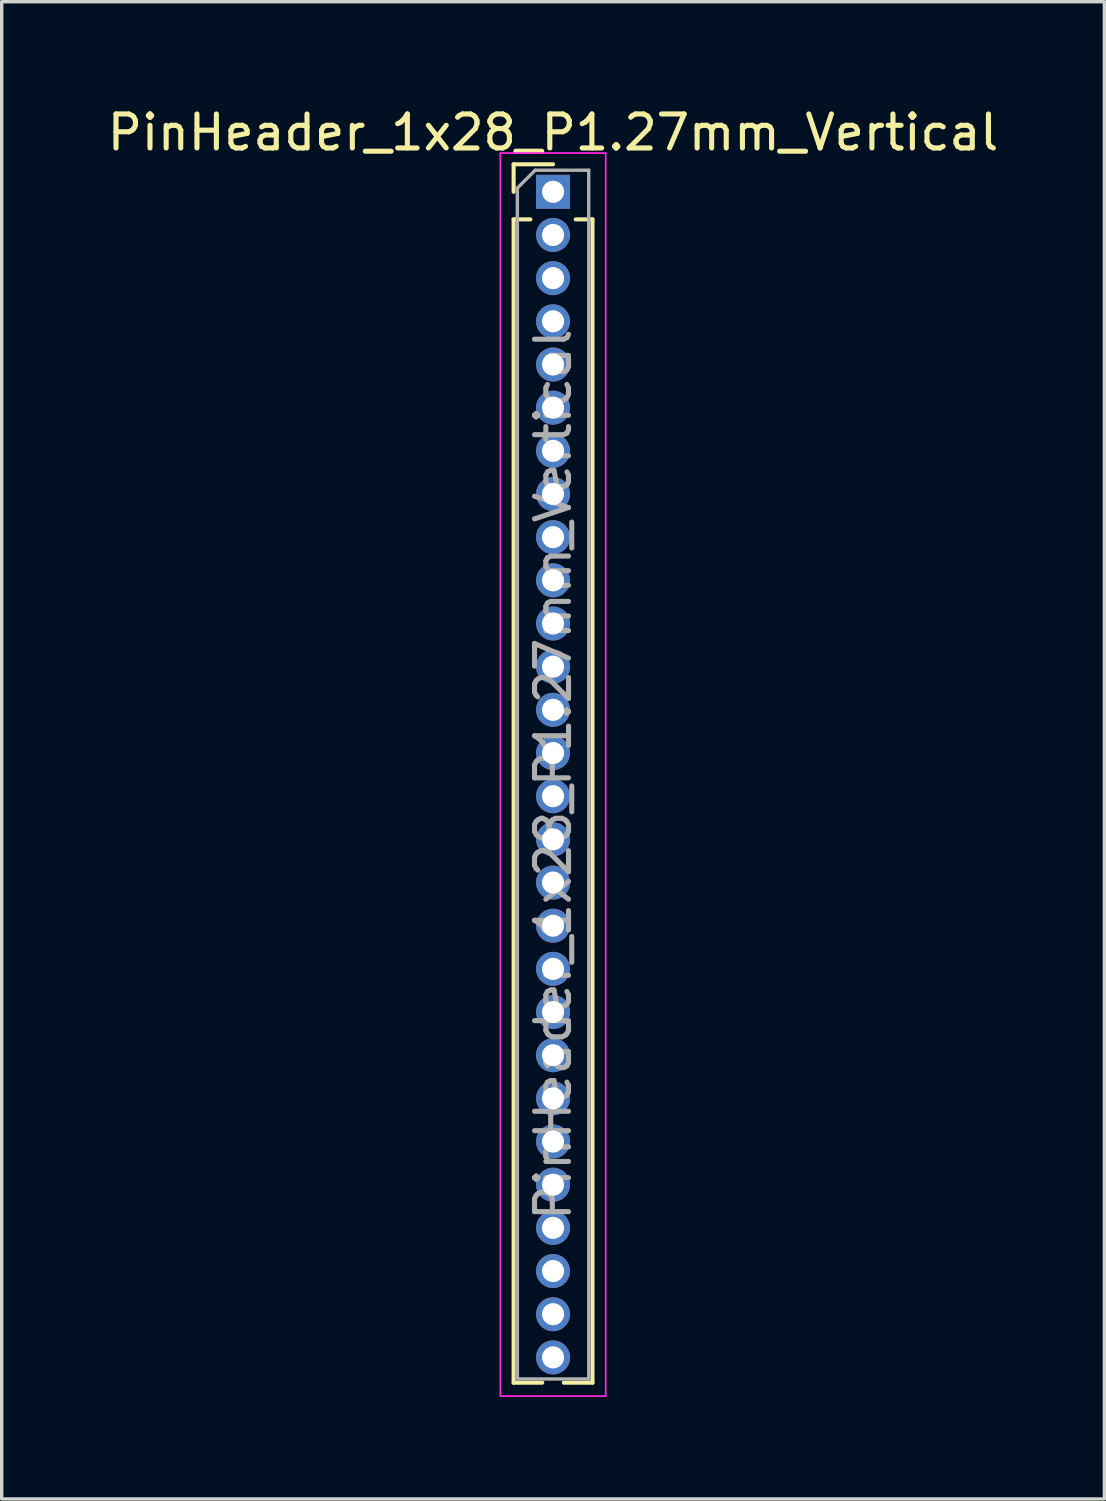
<source format=kicad_pcb>
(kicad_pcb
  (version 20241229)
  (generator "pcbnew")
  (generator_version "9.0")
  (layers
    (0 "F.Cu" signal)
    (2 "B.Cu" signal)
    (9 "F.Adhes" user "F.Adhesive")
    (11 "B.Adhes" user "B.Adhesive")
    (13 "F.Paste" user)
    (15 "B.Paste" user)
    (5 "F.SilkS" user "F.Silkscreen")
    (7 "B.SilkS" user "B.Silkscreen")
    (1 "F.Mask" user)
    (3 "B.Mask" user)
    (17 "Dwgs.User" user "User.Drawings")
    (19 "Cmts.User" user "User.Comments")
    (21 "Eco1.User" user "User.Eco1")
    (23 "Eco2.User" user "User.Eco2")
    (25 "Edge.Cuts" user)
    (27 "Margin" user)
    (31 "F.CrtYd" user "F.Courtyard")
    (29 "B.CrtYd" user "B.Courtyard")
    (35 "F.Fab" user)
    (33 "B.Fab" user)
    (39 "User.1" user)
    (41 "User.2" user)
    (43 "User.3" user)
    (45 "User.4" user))
  (footprint "PinHeader_1x28_P1.27mm_Vertical"
    (layer "F.Cu")
    (at 13.22 2.593)
    (property "Reference" "PinHeader_1x28_P1.27mm_Vertical" (at 0 -1.745 0) (layer "F.SilkS") (effects (font (size 1 1) (thickness 0.15))))
    (attr through_hole)
    (fp_line (start -1.16 -0.81) (end 0 -0.81) (stroke (width 0.12) (type solid)) (layer "F.SilkS"))
    (fp_line (start -1.16 0) (end -1.16 -0.81) (stroke (width 0.12) (type solid)) (layer "F.SilkS"))
    (fp_line (start -1.16 0.81) (end -1.16 35.035) (stroke (width 0.12) (type solid)) (layer "F.SilkS"))
    (fp_line (start -1.16 0.81) (end -0.667 0.81) (stroke (width 0.12) (type solid)) (layer "F.SilkS"))
    (fp_line (start -1.16 35.035) (end -0.318 35.035) (stroke (width 0.12) (type solid)) (layer "F.SilkS"))
    (fp_line (start 0.318 35.035) (end 1.16 35.035) (stroke (width 0.12) (type solid)) (layer "F.SilkS"))
    (fp_line (start 0.667 0.81) (end 1.16 0.81) (stroke (width 0.12) (type solid)) (layer "F.SilkS"))
    (fp_line (start 1.16 0.81) (end 1.16 35.035) (stroke (width 0.12) (type solid)) (layer "F.SilkS"))
    (fp_line (start -1.55 -1.14) (end -1.55 35.43) (stroke (width 0.05) (type solid)) (layer "F.CrtYd"))
    (fp_line (start -1.55 35.43) (end 1.55 35.43) (stroke (width 0.05) (type solid)) (layer "F.CrtYd"))
    (fp_line (start 1.55 -1.14) (end -1.55 -1.14) (stroke (width 0.05) (type solid)) (layer "F.CrtYd"))
    (fp_line (start 1.55 35.43) (end 1.55 -1.14) (stroke (width 0.05) (type solid)) (layer "F.CrtYd"))
    (fp_line (start -1.05 -0.11) (end -0.525 -0.635) (stroke (width 0.1) (type solid)) (layer "F.Fab"))
    (fp_line (start -1.05 34.925) (end -1.05 -0.11) (stroke (width 0.1) (type solid)) (layer "F.Fab"))
    (fp_line (start -0.525 -0.635) (end 1.05 -0.635) (stroke (width 0.1) (type solid)) (layer "F.Fab"))
    (fp_line (start 1.05 -0.635) (end 1.05 34.925) (stroke (width 0.1) (type solid)) (layer "F.Fab"))
    (fp_line (start 1.05 34.925) (end -1.05 34.925) (stroke (width 0.1) (type solid)) (layer "F.Fab"))
    (fp_text user "${REFERENCE}" (at 0 17.145 90) (layer "F.Fab") (effects (font (size 1 1) (thickness 0.15))))
    (pad "1" thru_hole rect (at 0 0) (size 1 1) (drill 0.65) (layers "*.Cu" "*.Mask"))
    (pad "2" thru_hole circle (at 0 1.27) (size 1 1) (drill 0.65) (layers "*.Cu" "*.Mask"))
    (pad "3" thru_hole circle (at 0 2.54) (size 1 1) (drill 0.65) (layers "*.Cu" "*.Mask"))
    (pad "4" thru_hole circle (at 0 3.81) (size 1 1) (drill 0.65) (layers "*.Cu" "*.Mask"))
    (pad "5" thru_hole circle (at 0 5.08) (size 1 1) (drill 0.65) (layers "*.Cu" "*.Mask"))
    (pad "6" thru_hole circle (at 0 6.35) (size 1 1) (drill 0.65) (layers "*.Cu" "*.Mask"))
    (pad "7" thru_hole circle (at 0 7.62) (size 1 1) (drill 0.65) (layers "*.Cu" "*.Mask"))
    (pad "8" thru_hole circle (at 0 8.89) (size 1 1) (drill 0.65) (layers "*.Cu" "*.Mask"))
    (pad "9" thru_hole circle (at 0 10.16) (size 1 1) (drill 0.65) (layers "*.Cu" "*.Mask"))
    (pad "10" thru_hole circle (at 0 11.43) (size 1 1) (drill 0.65) (layers "*.Cu" "*.Mask"))
    (pad "11" thru_hole circle (at 0 12.7) (size 1 1) (drill 0.65) (layers "*.Cu" "*.Mask"))
    (pad "12" thru_hole circle (at 0 13.97) (size 1 1) (drill 0.65) (layers "*.Cu" "*.Mask"))
    (pad "13" thru_hole circle (at 0 15.24) (size 1 1) (drill 0.65) (layers "*.Cu" "*.Mask"))
    (pad "14" thru_hole circle (at 0 16.51) (size 1 1) (drill 0.65) (layers "*.Cu" "*.Mask"))
    (pad "15" thru_hole circle (at 0 17.78) (size 1 1) (drill 0.65) (layers "*.Cu" "*.Mask"))
    (pad "16" thru_hole circle (at 0 19.05) (size 1 1) (drill 0.65) (layers "*.Cu" "*.Mask"))
    (pad "17" thru_hole circle (at 0 20.32) (size 1 1) (drill 0.65) (layers "*.Cu" "*.Mask"))
    (pad "18" thru_hole circle (at 0 21.59) (size 1 1) (drill 0.65) (layers "*.Cu" "*.Mask"))
    (pad "19" thru_hole circle (at 0 22.86) (size 1 1) (drill 0.65) (layers "*.Cu" "*.Mask"))
    (pad "20" thru_hole circle (at 0 24.13) (size 1 1) (drill 0.65) (layers "*.Cu" "*.Mask"))
    (pad "21" thru_hole circle (at 0 25.4) (size 1 1) (drill 0.65) (layers "*.Cu" "*.Mask"))
    (pad "22" thru_hole circle (at 0 26.67) (size 1 1) (drill 0.65) (layers "*.Cu" "*.Mask"))
    (pad "23" thru_hole circle (at 0 27.94) (size 1 1) (drill 0.65) (layers "*.Cu" "*.Mask"))
    (pad "24" thru_hole circle (at 0 29.21) (size 1 1) (drill 0.65) (layers "*.Cu" "*.Mask"))
    (pad "25" thru_hole circle (at 0 30.48) (size 1 1) (drill 0.65) (layers "*.Cu" "*.Mask"))
    (pad "26" thru_hole circle (at 0 31.75) (size 1 1) (drill 0.65) (layers "*.Cu" "*.Mask"))
    (pad "27" thru_hole circle (at 0 33.02) (size 1 1) (drill 0.65) (layers "*.Cu" "*.Mask"))
    (pad "28" thru_hole circle (at 0 34.29) (size 1 1) (drill 0.65) (layers "*.Cu" "*.Mask")))
  (gr_rect
    (start -3 -3)
    (end 29.44 41.048)
    (stroke (width 0.1) (type default))
    (fill no)
    (layer "Edge.Cuts")))
</source>
